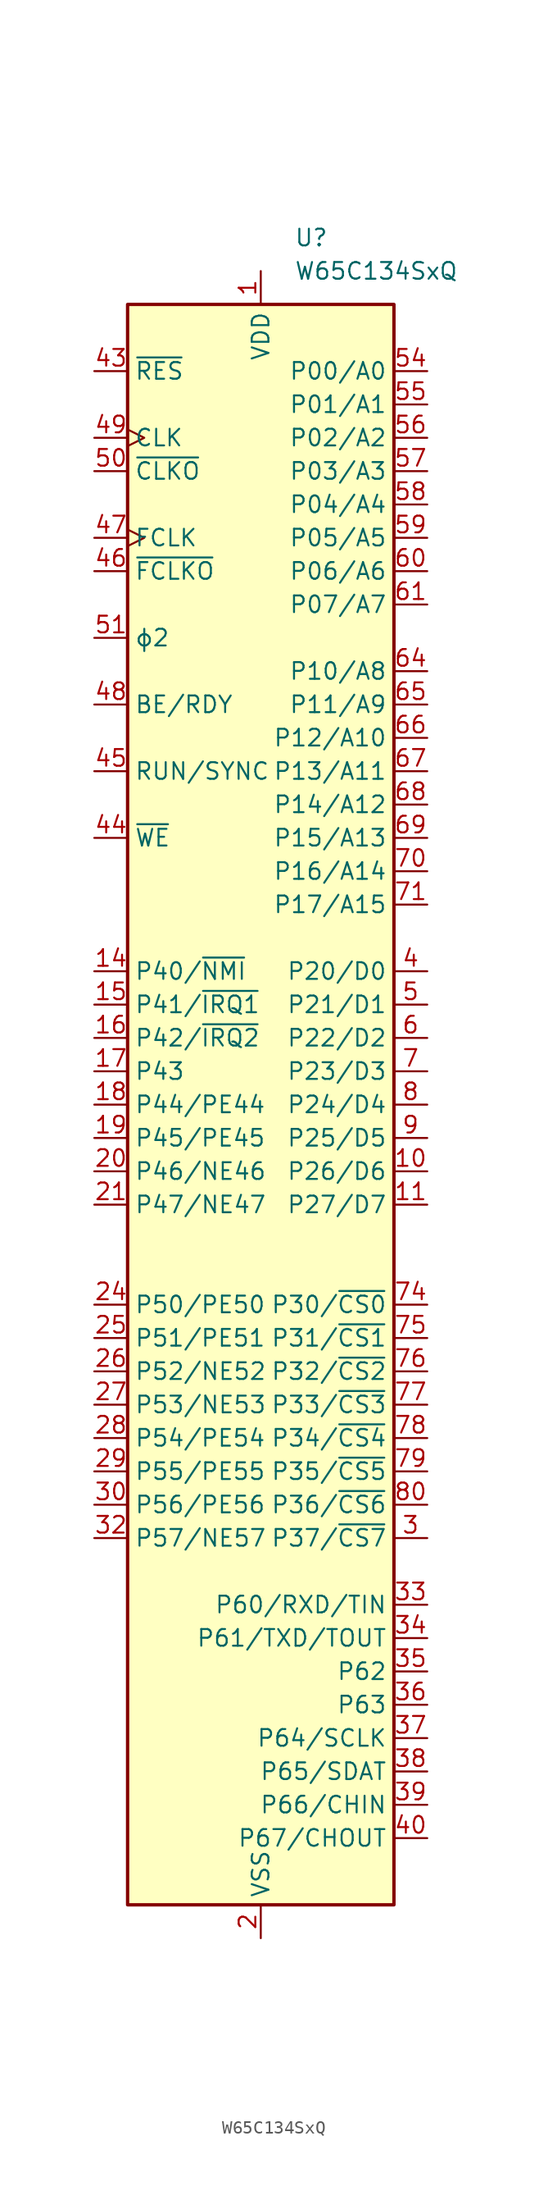
<source format=kicad_sym>
(kicad_symbol_lib
  (version 20211014)
  (generator kicad_symbol_editor)
  (symbol "W65C134SxQ"
    (property "Reference" "U"
      (at 2.54 66.04 0)
      (effects (font (size 1.27 1.27)) (justify left)))
    (property "Value" "W65C134SxQ"
      (at 2.54 63.5 0)
      (effects (font (size 1.27 1.27)) (justify left)))
    (symbol "W65C134SxQ_0_1"
      (rectangle (start -10.16 60.96) (end 10.16 -60.96) (stroke (width 0.254) (type default) (color 0 0 0 0)) (fill (type background))))
    (symbol "W65C134SxQ_1_1"
      (pin power_in line (at 0 63.5 270) (length 2.54) (name "VDD" (effects (font (size 1.27 1.27)))) (number "1" (effects (font (size 1.27 1.27)))))
      (pin bidirectional line (at 12.7 -5.08 180) (length 2.54) (name "P26/D6" (effects (font (size 1.27 1.27)))) (number "10" (effects (font (size 1.27 1.27)))))
      (pin bidirectional line (at 12.7 -7.62 180) (length 2.54) (name "P27/D7" (effects (font (size 1.27 1.27)))) (number "11" (effects (font (size 1.27 1.27)))))
      (pin passive line (at 0 -63.5 90) (length 2.54) hide (name "VSS" (effects (font (size 1.27 1.27)))) (number "12" (effects (font (size 1.27 1.27)))))
      (pin passive line (at 0 -63.5 90) (length 2.54) hide (name "VSS" (effects (font (size 1.27 1.27)))) (number "13" (effects (font (size 1.27 1.27)))))
      (pin bidirectional line (at -12.7 10.16 0) (length 2.54) (name "P40/~{NMI}" (effects (font (size 1.27 1.27)))) (number "14" (effects (font (size 1.27 1.27)))))
      (pin bidirectional line (at -12.7 7.62 0) (length 2.54) (name "P41/~{IRQ1}" (effects (font (size 1.27 1.27)))) (number "15" (effects (font (size 1.27 1.27)))))
      (pin bidirectional line (at -12.7 5.08 0) (length 2.54) (name "P42/~{IRQ2}" (effects (font (size 1.27 1.27)))) (number "16" (effects (font (size 1.27 1.27)))))
      (pin bidirectional line (at -12.7 2.54 0) (length 2.54) (name "P43" (effects (font (size 1.27 1.27)))) (number "17" (effects (font (size 1.27 1.27)))))
      (pin bidirectional line (at -12.7 0 0) (length 2.54) (name "P44/PE44" (effects (font (size 1.27 1.27)))) (number "18" (effects (font (size 1.27 1.27)))))
      (pin bidirectional line (at -12.7 -2.54 0) (length 2.54) (name "P45/PE45" (effects (font (size 1.27 1.27)))) (number "19" (effects (font (size 1.27 1.27)))))
      (pin power_in line (at 0 -63.5 90) (length 2.54) (name "VSS" (effects (font (size 1.27 1.27)))) (number "2" (effects (font (size 1.27 1.27)))))
      (pin bidirectional line (at -12.7 -5.08 0) (length 2.54) (name "P46/NE46" (effects (font (size 1.27 1.27)))) (number "20" (effects (font (size 1.27 1.27)))))
      (pin bidirectional line (at -12.7 -7.62 0) (length 2.54) (name "P47/NE47" (effects (font (size 1.27 1.27)))) (number "21" (effects (font (size 1.27 1.27)))))
      (pin passive line (at 0 -63.5 90) (length 2.54) hide (name "VSS" (effects (font (size 1.27 1.27)))) (number "22" (effects (font (size 1.27 1.27)))))
      (pin passive line (at 0 63.5 270) (length 2.54) hide (name "VDD" (effects (font (size 1.27 1.27)))) (number "23" (effects (font (size 1.27 1.27)))))
      (pin bidirectional line (at -12.7 -15.24 0) (length 2.54) (name "P50/PE50" (effects (font (size 1.27 1.27)))) (number "24" (effects (font (size 1.27 1.27)))))
      (pin bidirectional line (at -12.7 -17.78 0) (length 2.54) (name "P51/PE51" (effects (font (size 1.27 1.27)))) (number "25" (effects (font (size 1.27 1.27)))))
      (pin bidirectional line (at -12.7 -20.32 0) (length 2.54) (name "P52/NE52" (effects (font (size 1.27 1.27)))) (number "26" (effects (font (size 1.27 1.27)))))
      (pin bidirectional line (at -12.7 -22.86 0) (length 2.54) (name "P53/NE53" (effects (font (size 1.27 1.27)))) (number "27" (effects (font (size 1.27 1.27)))))
      (pin bidirectional line (at -12.7 -25.4 0) (length 2.54) (name "P54/PE54" (effects (font (size 1.27 1.27)))) (number "28" (effects (font (size 1.27 1.27)))))
      (pin bidirectional line (at -12.7 -27.94 0) (length 2.54) (name "P55/PE55" (effects (font (size 1.27 1.27)))) (number "29" (effects (font (size 1.27 1.27)))))
      (pin output line (at 12.7 -33.02 180) (length 2.54) (name "P37/~{CS7}" (effects (font (size 1.27 1.27)))) (number "3" (effects (font (size 1.27 1.27)))))
      (pin bidirectional line (at -12.7 -30.48 0) (length 2.54) (name "P56/PE56" (effects (font (size 1.27 1.27)))) (number "30" (effects (font (size 1.27 1.27)))))
      (pin no_connect non_logic (at -10.16 -48.26 0) (length 2.54) hide (name "nc" (effects (font (size 1.27 1.27)))) (number "31" (effects (font (size 1.27 1.27)))))
      (pin bidirectional line (at -12.7 -33.02 0) (length 2.54) (name "P57/NE57" (effects (font (size 1.27 1.27)))) (number "32" (effects (font (size 1.27 1.27)))))
      (pin bidirectional line (at 12.7 -38.1 180) (length 2.54) (name "P60/RXD/TIN" (effects (font (size 1.27 1.27)))) (number "33" (effects (font (size 1.27 1.27)))))
      (pin bidirectional line (at 12.7 -40.64 180) (length 2.54) (name "P61/TXD/TOUT" (effects (font (size 1.27 1.27)))) (number "34" (effects (font (size 1.27 1.27)))))
      (pin bidirectional line (at 12.7 -43.18 180) (length 2.54) (name "P62" (effects (font (size 1.27 1.27)))) (number "35" (effects (font (size 1.27 1.27)))))
      (pin bidirectional line (at 12.7 -45.72 180) (length 2.54) (name "P63" (effects (font (size 1.27 1.27)))) (number "36" (effects (font (size 1.27 1.27)))))
      (pin bidirectional line (at 12.7 -48.26 180) (length 2.54) (name "P64/SCLK" (effects (font (size 1.27 1.27)))) (number "37" (effects (font (size 1.27 1.27)))))
      (pin bidirectional line (at 12.7 -50.8 180) (length 2.54) (name "P65/SDAT" (effects (font (size 1.27 1.27)))) (number "38" (effects (font (size 1.27 1.27)))))
      (pin bidirectional line (at 12.7 -53.34 180) (length 2.54) (name "P66/CHIN" (effects (font (size 1.27 1.27)))) (number "39" (effects (font (size 1.27 1.27)))))
      (pin bidirectional line (at 12.7 10.16 180) (length 2.54) (name "P20/D0" (effects (font (size 1.27 1.27)))) (number "4" (effects (font (size 1.27 1.27)))))
      (pin bidirectional line (at 12.7 -55.88 180) (length 2.54) (name "P67/CHOUT" (effects (font (size 1.27 1.27)))) (number "40" (effects (font (size 1.27 1.27)))))
      (pin passive line (at 0 63.5 270) (length 2.54) hide (name "VDD" (effects (font (size 1.27 1.27)))) (number "41" (effects (font (size 1.27 1.27)))))
      (pin passive line (at 0 -63.5 90) (length 2.54) hide (name "VSS" (effects (font (size 1.27 1.27)))) (number "42" (effects (font (size 1.27 1.27)))))
      (pin open_collector line (at -12.7 55.88 0) (length 2.54) (name "~{RES}" (effects (font (size 1.27 1.27)))) (number "43" (effects (font (size 1.27 1.27)))))
      (pin bidirectional line (at -12.7 20.32 0) (length 2.54) (name "~{WE}" (effects (font (size 1.27 1.27)))) (number "44" (effects (font (size 1.27 1.27)))))
      (pin output line (at -12.7 25.4 0) (length 2.54) (name "RUN/SYNC" (effects (font (size 1.27 1.27)))) (number "45" (effects (font (size 1.27 1.27)))))
      (pin output line (at -12.7 40.64 0) (length 2.54) (name "~{FCLKO}" (effects (font (size 1.27 1.27)))) (number "46" (effects (font (size 1.27 1.27)))))
      (pin input clock (at -12.7 43.18 0) (length 2.54) (name "FCLK" (effects (font (size 1.27 1.27)))) (number "47" (effects (font (size 1.27 1.27)))))
      (pin input line (at -12.7 30.48 0) (length 2.54) (name "BE/RDY" (effects (font (size 1.27 1.27)))) (number "48" (effects (font (size 1.27 1.27)))))
      (pin input clock (at -12.7 50.8 0) (length 2.54) (name "CLK" (effects (font (size 1.27 1.27)))) (number "49" (effects (font (size 1.27 1.27)))))
      (pin bidirectional line (at 12.7 7.62 180) (length 2.54) (name "P21/D1" (effects (font (size 1.27 1.27)))) (number "5" (effects (font (size 1.27 1.27)))))
      (pin output line (at -12.7 48.26 0) (length 2.54) (name "~{CLKO}" (effects (font (size 1.27 1.27)))) (number "50" (effects (font (size 1.27 1.27)))))
      (pin output line (at -12.7 35.56 0) (length 2.54) (name "ϕ2" (effects (font (size 1.27 1.27)))) (number "51" (effects (font (size 1.27 1.27)))))
      (pin no_connect non_logic (at -10.16 -50.8 0) (length 2.54) hide (name "nc" (effects (font (size 1.27 1.27)))) (number "52" (effects (font (size 1.27 1.27)))))
      (pin no_connect non_logic (at -10.16 -53.34 0) (length 2.54) hide (name "nc" (effects (font (size 1.27 1.27)))) (number "53" (effects (font (size 1.27 1.27)))))
      (pin bidirectional line (at 12.7 55.88 180) (length 2.54) (name "P00/A0" (effects (font (size 1.27 1.27)))) (number "54" (effects (font (size 1.27 1.27)))))
      (pin bidirectional line (at 12.7 53.34 180) (length 2.54) (name "P01/A1" (effects (font (size 1.27 1.27)))) (number "55" (effects (font (size 1.27 1.27)))))
      (pin bidirectional line (at 12.7 50.8 180) (length 2.54) (name "P02/A2" (effects (font (size 1.27 1.27)))) (number "56" (effects (font (size 1.27 1.27)))))
      (pin bidirectional line (at 12.7 48.26 180) (length 2.54) (name "P03/A3" (effects (font (size 1.27 1.27)))) (number "57" (effects (font (size 1.27 1.27)))))
      (pin bidirectional line (at 12.7 45.72 180) (length 2.54) (name "P04/A4" (effects (font (size 1.27 1.27)))) (number "58" (effects (font (size 1.27 1.27)))))
      (pin bidirectional line (at 12.7 43.18 180) (length 2.54) (name "P05/A5" (effects (font (size 1.27 1.27)))) (number "59" (effects (font (size 1.27 1.27)))))
      (pin bidirectional line (at 12.7 5.08 180) (length 2.54) (name "P22/D2" (effects (font (size 1.27 1.27)))) (number "6" (effects (font (size 1.27 1.27)))))
      (pin bidirectional line (at 12.7 40.64 180) (length 2.54) (name "P06/A6" (effects (font (size 1.27 1.27)))) (number "60" (effects (font (size 1.27 1.27)))))
      (pin bidirectional line (at 12.7 38.1 180) (length 2.54) (name "P07/A7" (effects (font (size 1.27 1.27)))) (number "61" (effects (font (size 1.27 1.27)))))
      (pin passive line (at 0 63.5 270) (length 2.54) hide (name "VDD" (effects (font (size 1.27 1.27)))) (number "62" (effects (font (size 1.27 1.27)))))
      (pin passive line (at 0 -63.5 90) (length 2.54) hide (name "VSS" (effects (font (size 1.27 1.27)))) (number "63" (effects (font (size 1.27 1.27)))))
      (pin bidirectional line (at 12.7 33.02 180) (length 2.54) (name "P10/A8" (effects (font (size 1.27 1.27)))) (number "64" (effects (font (size 1.27 1.27)))))
      (pin bidirectional line (at 12.7 30.48 180) (length 2.54) (name "P11/A9" (effects (font (size 1.27 1.27)))) (number "65" (effects (font (size 1.27 1.27)))))
      (pin bidirectional line (at 12.7 27.94 180) (length 2.54) (name "P12/A10" (effects (font (size 1.27 1.27)))) (number "66" (effects (font (size 1.27 1.27)))))
      (pin bidirectional line (at 12.7 25.4 180) (length 2.54) (name "P13/A11" (effects (font (size 1.27 1.27)))) (number "67" (effects (font (size 1.27 1.27)))))
      (pin bidirectional line (at 12.7 22.86 180) (length 2.54) (name "P14/A12" (effects (font (size 1.27 1.27)))) (number "68" (effects (font (size 1.27 1.27)))))
      (pin bidirectional line (at 12.7 20.32 180) (length 2.54) (name "P15/A13" (effects (font (size 1.27 1.27)))) (number "69" (effects (font (size 1.27 1.27)))))
      (pin bidirectional line (at 12.7 2.54 180) (length 2.54) (name "P23/D3" (effects (font (size 1.27 1.27)))) (number "7" (effects (font (size 1.27 1.27)))))
      (pin bidirectional line (at 12.7 17.78 180) (length 2.54) (name "P16/A14" (effects (font (size 1.27 1.27)))) (number "70" (effects (font (size 1.27 1.27)))))
      (pin bidirectional line (at 12.7 15.24 180) (length 2.54) (name "P17/A15" (effects (font (size 1.27 1.27)))) (number "71" (effects (font (size 1.27 1.27)))))
      (pin passive line (at 0 63.5 270) (length 2.54) hide (name "VDD" (effects (font (size 1.27 1.27)))) (number "72" (effects (font (size 1.27 1.27)))))
      (pin passive line (at 0 63.5 270) (length 2.54) hide (name "VDD" (effects (font (size 1.27 1.27)))) (number "73" (effects (font (size 1.27 1.27)))))
      (pin output line (at 12.7 -15.24 180) (length 2.54) (name "P30/~{CS0}" (effects (font (size 1.27 1.27)))) (number "74" (effects (font (size 1.27 1.27)))))
      (pin output line (at 12.7 -17.78 180) (length 2.54) (name "P31/~{CS1}" (effects (font (size 1.27 1.27)))) (number "75" (effects (font (size 1.27 1.27)))))
      (pin output line (at 12.7 -20.32 180) (length 2.54) (name "P32/~{CS2}" (effects (font (size 1.27 1.27)))) (number "76" (effects (font (size 1.27 1.27)))))
      (pin output line (at 12.7 -22.86 180) (length 2.54) (name "P33/~{CS3}" (effects (font (size 1.27 1.27)))) (number "77" (effects (font (size 1.27 1.27)))))
      (pin output line (at 12.7 -25.4 180) (length 2.54) (name "P34/~{CS4}" (effects (font (size 1.27 1.27)))) (number "78" (effects (font (size 1.27 1.27)))))
      (pin output line (at 12.7 -27.94 180) (length 2.54) (name "P35/~{CS5}" (effects (font (size 1.27 1.27)))) (number "79" (effects (font (size 1.27 1.27)))))
      (pin bidirectional line (at 12.7 0 180) (length 2.54) (name "P24/D4" (effects (font (size 1.27 1.27)))) (number "8" (effects (font (size 1.27 1.27)))))
      (pin output line (at 12.7 -30.48 180) (length 2.54) (name "P36/~{CS6}" (effects (font (size 1.27 1.27)))) (number "80" (effects (font (size 1.27 1.27)))))
      (pin bidirectional line (at 12.7 -2.54 180) (length 2.54) (name "P25/D5" (effects (font (size 1.27 1.27)))) (number "9" (effects (font (size 1.27 1.27))))))))
</source>
